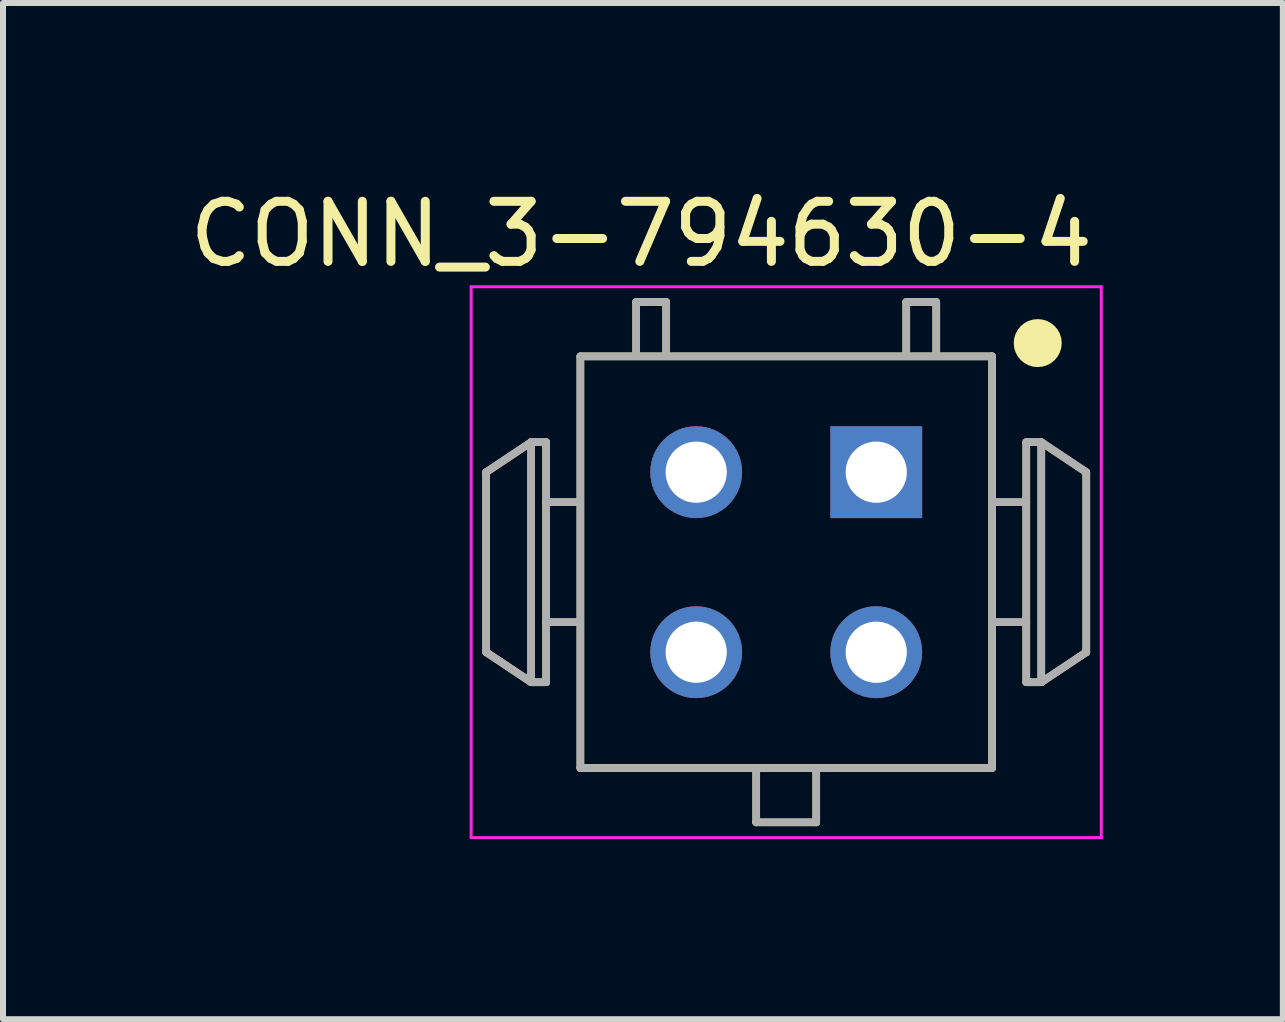
<source format=kicad_pcb>
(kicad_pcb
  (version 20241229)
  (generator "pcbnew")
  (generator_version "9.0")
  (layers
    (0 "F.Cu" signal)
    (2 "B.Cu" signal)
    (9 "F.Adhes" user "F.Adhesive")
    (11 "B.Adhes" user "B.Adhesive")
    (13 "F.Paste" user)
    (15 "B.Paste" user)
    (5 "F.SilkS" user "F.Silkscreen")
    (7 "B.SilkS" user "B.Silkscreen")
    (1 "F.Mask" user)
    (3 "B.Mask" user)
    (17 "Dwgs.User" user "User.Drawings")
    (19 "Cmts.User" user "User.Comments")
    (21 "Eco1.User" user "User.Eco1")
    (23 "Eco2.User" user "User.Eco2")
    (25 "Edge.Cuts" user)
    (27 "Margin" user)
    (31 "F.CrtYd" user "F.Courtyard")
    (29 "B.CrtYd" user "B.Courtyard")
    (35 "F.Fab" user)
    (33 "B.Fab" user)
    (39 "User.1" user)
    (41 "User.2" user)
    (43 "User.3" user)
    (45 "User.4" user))
  (footprint "CONN_3-794630-4"
    (layer "F.Cu")
    (at 10.051 6.318)
    (property "Reference" "CONN_3-794630-4" (at -2.416 -5.468 0) (layer "F.SilkS") (effects (font (size 1.001 1.001) (thickness 0.15))))
    (attr through_hole)
    (fp_line (start -5 -1.5) (end -4.25 -2) (stroke (width 0.127) (type solid)) (layer "F.SilkS"))
    (fp_line (start -5 1.5) (end -5 -1.5) (stroke (width 0.127) (type solid)) (layer "F.SilkS"))
    (fp_line (start -4.25 -2) (end -4.25 2) (stroke (width 0.127) (type solid)) (layer "F.SilkS"))
    (fp_line (start -4.25 2) (end -5 1.5) (stroke (width 0.127) (type solid)) (layer "F.SilkS"))
    (fp_line (start -4.25 2) (end -4 2) (stroke (width 0.127) (type solid)) (layer "F.SilkS"))
    (fp_line (start -4 -2) (end -4.25 -2) (stroke (width 0.127) (type solid)) (layer "F.SilkS"))
    (fp_line (start -4 -1) (end -4 -2) (stroke (width 0.127) (type solid)) (layer "F.SilkS"))
    (fp_line (start -4 -1) (end -4 1) (stroke (width 0.127) (type solid)) (layer "F.SilkS"))
    (fp_line (start -4 -1) (end -3.5 -1) (stroke (width 0.127) (type solid)) (layer "F.SilkS"))
    (fp_line (start -4 1) (end -3.5 1) (stroke (width 0.127) (type solid)) (layer "F.SilkS"))
    (fp_line (start -4 2) (end -4 1) (stroke (width 0.127) (type solid)) (layer "F.SilkS"))
    (fp_line (start -3.43 -3.43) (end -3.43 3.43) (stroke (width 0.127) (type solid)) (layer "F.SilkS"))
    (fp_line (start -3.43 3.43) (end 3.43 3.43) (stroke (width 0.127) (type solid)) (layer "F.SilkS"))
    (fp_line (start -2.5 -4.335) (end -2 -4.335) (stroke (width 0.127) (type solid)) (layer "F.SilkS"))
    (fp_line (start -2.5 -3.5) (end -2.5 -4.335) (stroke (width 0.127) (type solid)) (layer "F.SilkS"))
    (fp_line (start -2 -4.335) (end -2 -3.5) (stroke (width 0.127) (type solid)) (layer "F.SilkS"))
    (fp_line (start -0.5 3.5) (end -0.5 4.335) (stroke (width 0.127) (type solid)) (layer "F.SilkS"))
    (fp_line (start -0.5 4.335) (end 0.5 4.335) (stroke (width 0.127) (type solid)) (layer "F.SilkS"))
    (fp_line (start 0.5 4.335) (end 0.5 3.5) (stroke (width 0.127) (type solid)) (layer "F.SilkS"))
    (fp_line (start 2 -4.335) (end 2.5 -4.335) (stroke (width 0.127) (type solid)) (layer "F.SilkS"))
    (fp_line (start 2 -3.5) (end 2 -4.335) (stroke (width 0.127) (type solid)) (layer "F.SilkS"))
    (fp_line (start 2.5 -4.335) (end 2.5 -3.5) (stroke (width 0.127) (type solid)) (layer "F.SilkS"))
    (fp_line (start 3.43 -3.43) (end -3.43 -3.43) (stroke (width 0.127) (type solid)) (layer "F.SilkS"))
    (fp_line (start 3.43 3.43) (end 3.43 -3.43) (stroke (width 0.127) (type solid)) (layer "F.SilkS"))
    (fp_line (start 3.5 -1) (end 4 -1) (stroke (width 0.127) (type solid)) (layer "F.SilkS"))
    (fp_line (start 4 -2) (end 4 -1) (stroke (width 0.127) (type solid)) (layer "F.SilkS"))
    (fp_line (start 4 -1) (end 4 1) (stroke (width 0.127) (type solid)) (layer "F.SilkS"))
    (fp_line (start 4 1) (end 3.5 1) (stroke (width 0.127) (type solid)) (layer "F.SilkS"))
    (fp_line (start 4 1) (end 4 2) (stroke (width 0.127) (type solid)) (layer "F.SilkS"))
    (fp_line (start 4 2) (end 4.25 2) (stroke (width 0.127) (type solid)) (layer "F.SilkS"))
    (fp_line (start 4.25 -2) (end 4 -2) (stroke (width 0.127) (type solid)) (layer "F.SilkS"))
    (fp_line (start 4.25 -2) (end 5 -1.5) (stroke (width 0.127) (type solid)) (layer "F.SilkS"))
    (fp_line (start 4.25 2) (end 4.25 -2) (stroke (width 0.127) (type solid)) (layer "F.SilkS"))
    (fp_line (start 5 -1.5) (end 5 1.5) (stroke (width 0.127) (type solid)) (layer "F.SilkS"))
    (fp_line (start 5 1.5) (end 4.25 2) (stroke (width 0.127) (type solid)) (layer "F.SilkS"))
    (fp_circle (center 4.191 -3.651) (end 4.391 -3.651) (stroke (width 0.4) (type solid)) (fill no) (layer "F.SilkS"))
    (fp_line (start -5.25 -4.59) (end -5.25 4.59) (stroke (width 0.05) (type solid)) (layer "F.CrtYd"))
    (fp_line (start -5.25 4.59) (end 5.25 4.59) (stroke (width 0.05) (type solid)) (layer "F.CrtYd"))
    (fp_line (start 5.25 -4.59) (end -5.25 -4.59) (stroke (width 0.05) (type solid)) (layer "F.CrtYd"))
    (fp_line (start 5.25 4.59) (end 5.25 -4.59) (stroke (width 0.05) (type solid)) (layer "F.CrtYd"))
    (fp_line (start -5 -1.5) (end -5 1.5) (stroke (width 0.127) (type solid)) (layer "F.Fab"))
    (fp_line (start -5 1.5) (end -4.25 2) (stroke (width 0.127) (type solid)) (layer "F.Fab"))
    (fp_line (start -4.25 -2) (end -5 -1.5) (stroke (width 0.127) (type solid)) (layer "F.Fab"))
    (fp_line (start -4.25 -2) (end -4 -2) (stroke (width 0.127) (type solid)) (layer "F.Fab"))
    (fp_line (start -4.25 2) (end -4.25 -2) (stroke (width 0.127) (type solid)) (layer "F.Fab"))
    (fp_line (start -4 -2) (end -4 2) (stroke (width 0.127) (type solid)) (layer "F.Fab"))
    (fp_line (start -4 2) (end -4.25 2) (stroke (width 0.127) (type solid)) (layer "F.Fab"))
    (fp_line (start -3.5 -1) (end -4 -1) (stroke (width 0.127) (type solid)) (layer "F.Fab"))
    (fp_line (start -3.5 1) (end -4 1) (stroke (width 0.127) (type solid)) (layer "F.Fab"))
    (fp_line (start -3.43 -3.43) (end -3.43 3.43) (stroke (width 0.127) (type solid)) (layer "F.Fab"))
    (fp_line (start -3.43 3.43) (end 3.43 3.43) (stroke (width 0.127) (type solid)) (layer "F.Fab"))
    (fp_line (start -2.5 -4.335) (end -2 -4.335) (stroke (width 0.127) (type solid)) (layer "F.Fab"))
    (fp_line (start -2.5 -3.5) (end -2.5 -4.335) (stroke (width 0.127) (type solid)) (layer "F.Fab"))
    (fp_line (start -2 -4.335) (end -2 -3.5) (stroke (width 0.127) (type solid)) (layer "F.Fab"))
    (fp_line (start -0.5 3.5) (end -0.5 4.335) (stroke (width 0.127) (type solid)) (layer "F.Fab"))
    (fp_line (start -0.5 4.335) (end 0.5 4.335) (stroke (width 0.127) (type solid)) (layer "F.Fab"))
    (fp_line (start 0.5 4.335) (end 0.5 3.5) (stroke (width 0.127) (type solid)) (layer "F.Fab"))
    (fp_line (start 2 -4.335) (end 2 -3.5) (stroke (width 0.127) (type solid)) (layer "F.Fab"))
    (fp_line (start 2.5 -4.335) (end 2 -4.335) (stroke (width 0.127) (type solid)) (layer "F.Fab"))
    (fp_line (start 2.5 -3.5) (end 2.5 -4.335) (stroke (width 0.127) (type solid)) (layer "F.Fab"))
    (fp_line (start 3.43 -3.43) (end -3.43 -3.43) (stroke (width 0.127) (type solid)) (layer "F.Fab"))
    (fp_line (start 3.43 3.43) (end 3.43 -3.43) (stroke (width 0.127) (type solid)) (layer "F.Fab"))
    (fp_line (start 3.5 -1) (end 4 -1) (stroke (width 0.127) (type solid)) (layer "F.Fab"))
    (fp_line (start 3.5 1) (end 4 1) (stroke (width 0.127) (type solid)) (layer "F.Fab"))
    (fp_line (start 4 -2) (end 4 2) (stroke (width 0.127) (type solid)) (layer "F.Fab"))
    (fp_line (start 4 2) (end 4.25 2) (stroke (width 0.127) (type solid)) (layer "F.Fab"))
    (fp_line (start 4.25 -2) (end 4 -2) (stroke (width 0.127) (type solid)) (layer "F.Fab"))
    (fp_line (start 4.25 -2) (end 5 -1.5) (stroke (width 0.127) (type solid)) (layer "F.Fab"))
    (fp_line (start 4.25 2) (end 4.25 -2) (stroke (width 0.127) (type solid)) (layer "F.Fab"))
    (fp_line (start 5 -1.5) (end 5 1.5) (stroke (width 0.127) (type solid)) (layer "F.Fab"))
    (fp_line (start 5 1.5) (end 4.25 2) (stroke (width 0.127) (type solid)) (layer "F.Fab"))
    (pad "1" thru_hole rect (at 1.5 -1.5) (size 1.53 1.53) (drill 1.02) (layers "*.Cu" "*.Mask"))
    (pad "2" thru_hole circle (at 1.5 1.5) (size 1.53 1.53) (drill 1.02) (layers "*.Cu" "*.Mask"))
    (pad "3" thru_hole circle (at -1.5 -1.5) (size 1.53 1.53) (drill 1.02) (layers "*.Cu" "*.Mask"))
    (pad "4" thru_hole circle (at -1.5 1.5) (size 1.53 1.53) (drill 1.02) (layers "*.Cu" "*.Mask")))
  (gr_rect
    (start -3 -3)
    (end 18.326 13.933)
    (stroke (width 0.1) (type default))
    (fill no)
    (layer "Edge.Cuts")))
</source>
